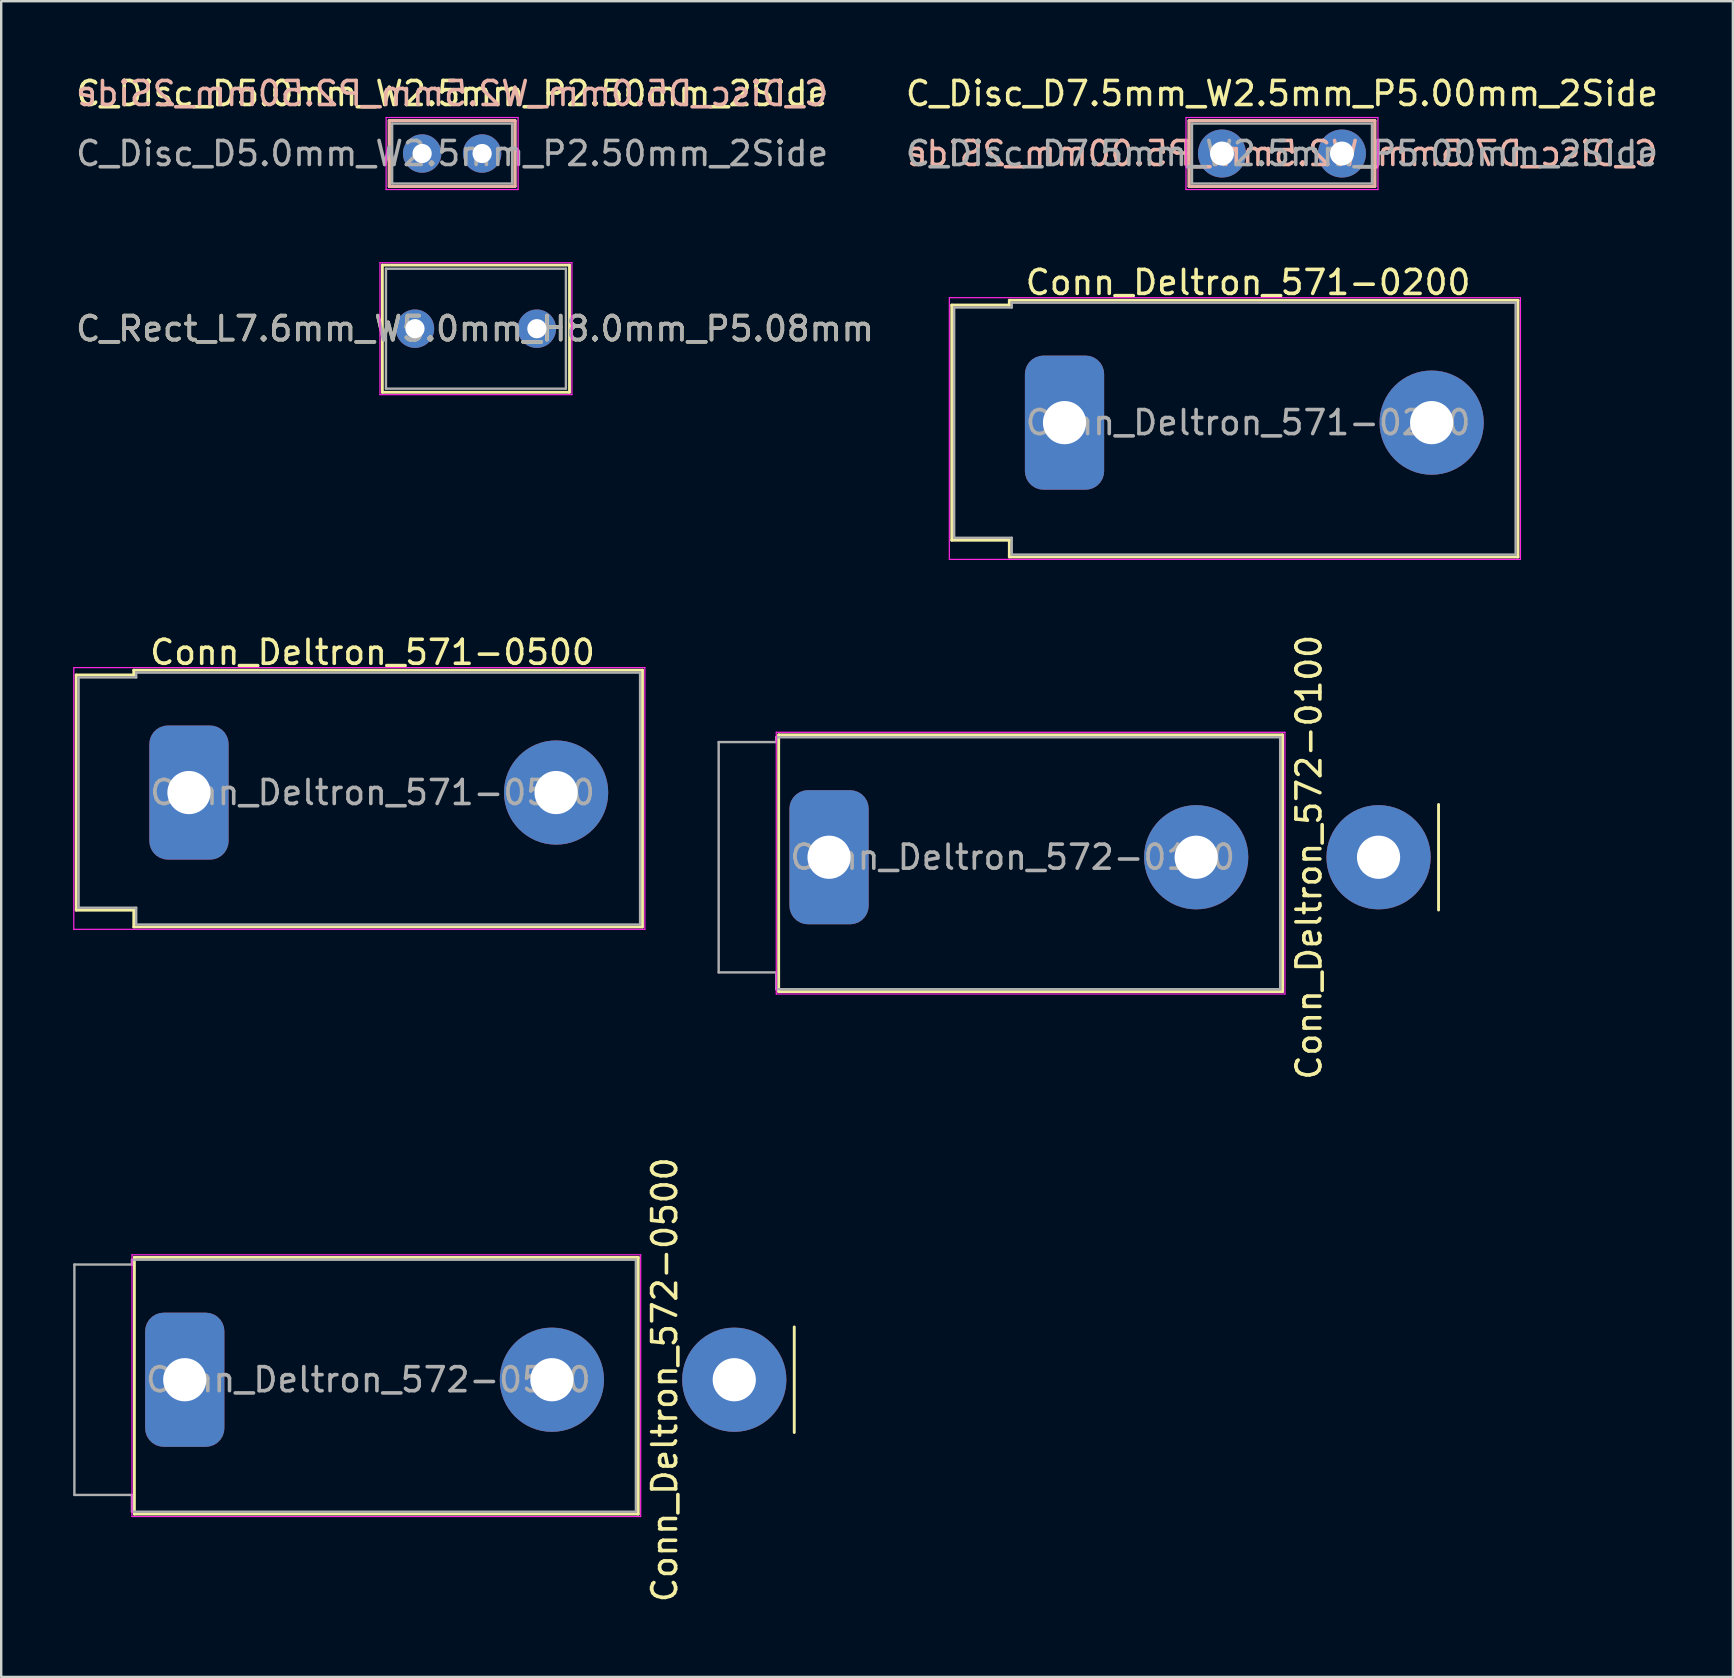
<source format=kicad_pcb>
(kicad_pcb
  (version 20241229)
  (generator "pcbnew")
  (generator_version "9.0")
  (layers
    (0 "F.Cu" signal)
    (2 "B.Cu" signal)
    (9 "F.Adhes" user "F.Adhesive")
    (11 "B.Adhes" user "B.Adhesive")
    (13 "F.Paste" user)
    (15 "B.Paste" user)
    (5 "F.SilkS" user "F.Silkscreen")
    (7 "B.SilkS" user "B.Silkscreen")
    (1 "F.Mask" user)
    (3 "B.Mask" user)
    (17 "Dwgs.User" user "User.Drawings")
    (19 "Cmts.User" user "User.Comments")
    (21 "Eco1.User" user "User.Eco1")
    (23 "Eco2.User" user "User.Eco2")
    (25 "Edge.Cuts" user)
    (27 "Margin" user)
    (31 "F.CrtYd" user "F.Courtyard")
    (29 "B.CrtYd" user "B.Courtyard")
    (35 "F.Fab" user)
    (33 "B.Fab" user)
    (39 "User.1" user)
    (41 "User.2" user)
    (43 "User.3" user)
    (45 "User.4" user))
  (footprint "C_Rect_L7.6mm_W5.0mm_H8.0mm_P5.08mm"
    (layer "F.Cu")
    (at 14.244 10.648)
    (property "Reference" "C_Rect_L7.6mm_W5.0mm_H8.0mm_P5.08mm" (at 2.5 0 0) (layer "F.SilkS") (effects (font (size 1 1) (thickness 0.15))))
    (attr through_hole)
    (fp_line (start -1.36 -2.65) (end -1.36 2.65) (stroke (width 0.12) (type solid)) (layer "F.SilkS"))
    (fp_line (start -1.36 -2.65) (end 6.44 -2.65) (stroke (width 0.12) (type solid)) (layer "F.SilkS"))
    (fp_line (start -1.36 2.65) (end 6.44 2.65) (stroke (width 0.12) (type solid)) (layer "F.SilkS"))
    (fp_line (start 6.44 -2.65) (end 6.44 2.65) (stroke (width 0.12) (type solid)) (layer "F.SilkS"))
    (fp_line (start -1.46 -2.75) (end -1.46 2.75) (stroke (width 0.05) (type solid)) (layer "F.CrtYd"))
    (fp_line (start -1.46 2.75) (end 6.54 2.75) (stroke (width 0.05) (type solid)) (layer "F.CrtYd"))
    (fp_line (start 6.54 -2.75) (end -1.46 -2.75) (stroke (width 0.05) (type solid)) (layer "F.CrtYd"))
    (fp_line (start 6.54 2.75) (end 6.54 -2.75) (stroke (width 0.05) (type solid)) (layer "F.CrtYd"))
    (fp_line (start -1.21 -2.5) (end -1.21 2.5) (stroke (width 0.1) (type solid)) (layer "F.Fab"))
    (fp_line (start -1.21 2.5) (end 6.29 2.5) (stroke (width 0.1) (type solid)) (layer "F.Fab"))
    (fp_line (start 6.29 -2.5) (end -1.21 -2.5) (stroke (width 0.1) (type solid)) (layer "F.Fab"))
    (fp_line (start 6.29 2.5) (end 6.29 -2.5) (stroke (width 0.1) (type solid)) (layer "F.Fab"))
    (fp_text user "${REFERENCE}" (at 2.5 0 0) (layer "F.Fab") (effects (font (size 1 1) (thickness 0.15))))
    (pad "1" thru_hole circle (at 0 0) (size 1.6 1.6) (drill 0.8) (layers "*.Cu" "*.Mask"))
    (pad "2" thru_hole circle (at 5.08 0) (size 1.6 1.6) (drill 0.8) (layers "*.Cu" "*.Mask")))
  (footprint "Conn_Deltron_572-0500"
    (layer "F.Cu")
    (at 4.65 54.449)
    (property "Reference" "Conn_Deltron_572-0500" (at 20 0 270) (layer "F.SilkS") (effects (font (size 1 1) (thickness 0.15))))
    (attr through_hole)
    (fp_line (start -2.1 5.6) (end -2.1 -5.1) (stroke (width 0.12) (type solid)) (layer "F.SilkS"))
    (fp_line (start 18.9 -5.1) (end -2.1 -5.1) (stroke (width 0.12) (type solid)) (layer "F.SilkS"))
    (fp_line (start 18.9 -5.1) (end 18.9 5.6) (stroke (width 0.12) (type solid)) (layer "F.SilkS"))
    (fp_line (start 18.9 5.6) (end -2.1 5.6) (stroke (width 0.12) (type solid)) (layer "F.SilkS"))
    (fp_line (start 25.4 -2.2) (end 25.4 2.2) (stroke (width 0.12) (type solid)) (layer "F.SilkS"))
    (fp_line (start -2.2 -5.207) (end 19 -5.207) (stroke (width 0.05) (type solid)) (layer "F.CrtYd"))
    (fp_line (start -2.2 5.7) (end -2.2 -5.207) (stroke (width 0.05) (type solid)) (layer "F.CrtYd"))
    (fp_line (start 19 -5.207) (end 19 5.7) (stroke (width 0.05) (type solid)) (layer "F.CrtYd"))
    (fp_line (start 19 5.7) (end -2.2 5.7) (stroke (width 0.05) (type solid)) (layer "F.CrtYd"))
    (fp_line (start -4.6 4.8) (end -4.6 -4.8) (stroke (width 0.1) (type solid)) (layer "F.Fab"))
    (fp_line (start -2.2 -5) (end 18.8 -5) (stroke (width 0.1) (type solid)) (layer "F.Fab"))
    (fp_line (start -2.2 -4.8) (end -4.6 -4.8) (stroke (width 0.1) (type solid)) (layer "F.Fab"))
    (fp_line (start -2.2 -4.8) (end -2.2 -5) (stroke (width 0.1) (type solid)) (layer "F.Fab"))
    (fp_line (start -2.2 4.8) (end -4.6 4.8) (stroke (width 0.1) (type solid)) (layer "F.Fab"))
    (fp_line (start -2.2 5.5) (end -2.2 4.8) (stroke (width 0.1) (type solid)) (layer "F.Fab"))
    (fp_line (start 18.8 -5) (end 18.8 5.5) (stroke (width 0.1) (type solid)) (layer "F.Fab"))
    (fp_line (start 18.8 5.5) (end -2.2 5.5) (stroke (width 0.1) (type solid)) (layer "F.Fab"))
    (fp_text user "${REFERENCE}" (at 7.65 0 0) (layer "F.Fab") (effects (font (size 1 1) (thickness 0.15))))
    (pad "1" thru_hole roundrect (at 0 0) (size 3.302 5.588) (drill 1.8) (layers "*.Cu" "*.Mask") (roundrect_rratio 0.234))
    (pad "2" thru_hole circle (at 15.3 0) (size 4.343 4.343) (drill 1.8) (layers "*.Cu" "*.Mask"))
    (pad "3" thru_hole circle (at 22.9 0) (size 4.343 4.343) (drill 1.8) (layers "*.Cu" "*.Mask")))
  (footprint "C_Disc_D5.0mm_W2.5mm_P2.50mm_2Side"
    (layer "F.Cu")
    (at 14.542 3.348)
    (property "Reference" "C_Disc_D5.0mm_W2.5mm_P2.50mm_2Side" (at 1.25 -2.5 0) (layer "F.SilkS") (effects (font (size 1 1) (thickness 0.15))))
    (attr through_hole)
    (fp_line (start -1.37 -1.37) (end -1.37 1.37) (stroke (width 0.12) (type solid)) (layer "F.SilkS"))
    (fp_line (start -1.37 -1.37) (end 3.87 -1.37) (stroke (width 0.12) (type solid)) (layer "F.SilkS"))
    (fp_line (start -1.37 1.37) (end 3.87 1.37) (stroke (width 0.12) (type solid)) (layer "F.SilkS"))
    (fp_line (start 3.87 -1.37) (end 3.87 1.37) (stroke (width 0.12) (type solid)) (layer "F.SilkS"))
    (fp_line (start -1.37 -1.37) (end -1.37 1.37) (stroke (width 0.12) (type solid)) (layer "B.SilkS"))
    (fp_line (start -1.37 -1.37) (end 3.87 -1.37) (stroke (width 0.12) (type solid)) (layer "B.SilkS"))
    (fp_line (start -1.37 1.37) (end 3.87 1.37) (stroke (width 0.12) (type solid)) (layer "B.SilkS"))
    (fp_line (start 3.87 -1.37) (end 3.87 1.37) (stroke (width 0.12) (type solid)) (layer "B.SilkS"))
    (fp_line (start -1.5 -1.5) (end -1.5 1.5) (stroke (width 0.05) (type solid)) (layer "F.CrtYd"))
    (fp_line (start -1.5 1.5) (end 4 1.5) (stroke (width 0.05) (type solid)) (layer "F.CrtYd"))
    (fp_line (start 4 -1.5) (end -1.5 -1.5) (stroke (width 0.05) (type solid)) (layer "F.CrtYd"))
    (fp_line (start 4 1.5) (end 4 -1.5) (stroke (width 0.05) (type solid)) (layer "F.CrtYd"))
    (fp_line (start -1.25 -1.25) (end -1.25 1.25) (stroke (width 0.1) (type solid)) (layer "F.Fab"))
    (fp_line (start -1.25 1.25) (end 3.75 1.25) (stroke (width 0.1) (type solid)) (layer "F.Fab"))
    (fp_line (start 3.75 -1.25) (end -1.25 -1.25) (stroke (width 0.1) (type solid)) (layer "F.Fab"))
    (fp_line (start 3.75 1.25) (end 3.75 -1.25) (stroke (width 0.1) (type solid)) (layer "F.Fab"))
    (fp_text user "${REFERENCE}" (at 1.25 -2.5 0) (layer "B.SilkS") (effects (font (size 1 1) (thickness 0.15)) (justify mirror)))
    (fp_text user "${REFERENCE}" (at 1.25 0 0) (layer "F.Fab") (effects (font (size 1 1) (thickness 0.15))))
    (pad "1" thru_hole circle (at 0 0) (size 1.6 1.6) (drill 0.8) (layers "*.Cu" "*.Mask"))
    (pad "2" thru_hole circle (at 2.5 0) (size 1.6 1.6) (drill 0.8) (layers "*.Cu" "*.Mask")))
  (footprint "Conn_Deltron_571-0500"
    (layer "F.Cu")
    (at 4.825 29.979)
    (property "Reference" "Conn_Deltron_571-0500" (at 7.65 -5.842 0) (layer "F.SilkS") (effects (font (size 1 1) (thickness 0.15))))
    (attr through_hole)
    (fp_line (start -4.7 -4.9) (end -4.7 4.9) (stroke (width 0.12) (type solid)) (layer "F.SilkS"))
    (fp_line (start -4.7 -4.9) (end -2.3 -4.9) (stroke (width 0.12) (type solid)) (layer "F.SilkS"))
    (fp_line (start -4.7 4.9) (end -2.3 4.9) (stroke (width 0.12) (type solid)) (layer "F.SilkS"))
    (fp_line (start -2.3 -5.1) (end -2.3 -4.9) (stroke (width 0.12) (type solid)) (layer "F.SilkS"))
    (fp_line (start -2.3 5.6) (end -2.3 4.9) (stroke (width 0.12) (type solid)) (layer "F.SilkS"))
    (fp_line (start 18.9 -5.1) (end -2.3 -5.1) (stroke (width 0.12) (type solid)) (layer "F.SilkS"))
    (fp_line (start 18.9 -5.1) (end 18.9 5.6) (stroke (width 0.12) (type solid)) (layer "F.SilkS"))
    (fp_line (start 18.9 5.6) (end -2.3 5.6) (stroke (width 0.12) (type solid)) (layer "F.SilkS"))
    (fp_line (start -4.8 -5.207) (end 19 -5.207) (stroke (width 0.05) (type solid)) (layer "F.CrtYd"))
    (fp_line (start -4.8 5.7) (end -4.8 -5.207) (stroke (width 0.05) (type solid)) (layer "F.CrtYd"))
    (fp_line (start 19 -5.207) (end 19 5.7) (stroke (width 0.05) (type solid)) (layer "F.CrtYd"))
    (fp_line (start 19 5.7) (end -4.8 5.7) (stroke (width 0.05) (type solid)) (layer "F.CrtYd"))
    (fp_line (start -4.6 4.8) (end -4.6 -4.8) (stroke (width 0.1) (type solid)) (layer "F.Fab"))
    (fp_line (start -2.2 -5) (end 18.8 -5) (stroke (width 0.1) (type solid)) (layer "F.Fab"))
    (fp_line (start -2.2 -4.8) (end -4.6 -4.8) (stroke (width 0.1) (type solid)) (layer "F.Fab"))
    (fp_line (start -2.2 -4.8) (end -2.2 -5) (stroke (width 0.1) (type solid)) (layer "F.Fab"))
    (fp_line (start -2.2 4.8) (end -4.6 4.8) (stroke (width 0.1) (type solid)) (layer "F.Fab"))
    (fp_line (start -2.2 5.5) (end -2.2 4.8) (stroke (width 0.1) (type solid)) (layer "F.Fab"))
    (fp_line (start 18.8 -5) (end 18.8 5.5) (stroke (width 0.1) (type solid)) (layer "F.Fab"))
    (fp_line (start 18.8 5.5) (end -2.2 5.5) (stroke (width 0.1) (type solid)) (layer "F.Fab"))
    (fp_text user "${REFERENCE}" (at 7.65 0 0) (layer "F.Fab") (effects (font (size 1 1) (thickness 0.15))))
    (pad "1" thru_hole roundrect (at 0 0) (size 3.302 5.588) (drill 1.8) (layers "*.Cu" "*.Mask") (roundrect_rratio 0.234))
    (pad "2" thru_hole circle (at 15.3 0) (size 4.343 4.343) (drill 1.8) (layers "*.Cu" "*.Mask")))
  (footprint "Conn_Deltron_572-0100"
    (layer "F.Cu")
    (at 31.5 32.675)
    (property "Reference" "Conn_Deltron_572-0100" (at 20 0 270) (layer "F.SilkS") (effects (font (size 1 1) (thickness 0.15))))
    (attr through_hole)
    (fp_line (start -2.1 5.6) (end -2.1 -5.1) (stroke (width 0.12) (type solid)) (layer "F.SilkS"))
    (fp_line (start 18.9 -5.1) (end -2.1 -5.1) (stroke (width 0.12) (type solid)) (layer "F.SilkS"))
    (fp_line (start 18.9 -5.1) (end 18.9 5.6) (stroke (width 0.12) (type solid)) (layer "F.SilkS"))
    (fp_line (start 18.9 5.6) (end -2.1 5.6) (stroke (width 0.12) (type solid)) (layer "F.SilkS"))
    (fp_line (start 25.4 -2.2) (end 25.4 2.2) (stroke (width 0.12) (type solid)) (layer "F.SilkS"))
    (fp_line (start -2.2 -5.207) (end 19 -5.207) (stroke (width 0.05) (type solid)) (layer "F.CrtYd"))
    (fp_line (start -2.2 5.7) (end -2.2 -5.207) (stroke (width 0.05) (type solid)) (layer "F.CrtYd"))
    (fp_line (start 19 -5.207) (end 19 5.7) (stroke (width 0.05) (type solid)) (layer "F.CrtYd"))
    (fp_line (start 19 5.7) (end -2.2 5.7) (stroke (width 0.05) (type solid)) (layer "F.CrtYd"))
    (fp_line (start -4.6 4.8) (end -4.6 -4.8) (stroke (width 0.1) (type solid)) (layer "F.Fab"))
    (fp_line (start -2.2 -5) (end 18.8 -5) (stroke (width 0.1) (type solid)) (layer "F.Fab"))
    (fp_line (start -2.2 -4.8) (end -4.6 -4.8) (stroke (width 0.1) (type solid)) (layer "F.Fab"))
    (fp_line (start -2.2 -4.8) (end -2.2 -5) (stroke (width 0.1) (type solid)) (layer "F.Fab"))
    (fp_line (start -2.2 4.8) (end -4.6 4.8) (stroke (width 0.1) (type solid)) (layer "F.Fab"))
    (fp_line (start -2.2 5.5) (end -2.2 4.8) (stroke (width 0.1) (type solid)) (layer "F.Fab"))
    (fp_line (start 18.8 -5) (end 18.8 5.5) (stroke (width 0.1) (type solid)) (layer "F.Fab"))
    (fp_line (start 18.8 5.5) (end -2.2 5.5) (stroke (width 0.1) (type solid)) (layer "F.Fab"))
    (fp_text user "${REFERENCE}" (at 7.65 0 0) (layer "F.Fab") (effects (font (size 1 1) (thickness 0.15))))
    (pad "1" thru_hole roundrect (at 0 0) (size 3.302 5.588) (drill 1.8) (layers "*.Cu" "*.Mask") (roundrect_rratio 0.234))
    (pad "2" thru_hole circle (at 15.3 0) (size 4.343 4.343) (drill 1.8) (layers "*.Cu" "*.Mask"))
    (pad "3" thru_hole circle (at 22.9 0) (size 4.343 4.343) (drill 1.8) (layers "*.Cu" "*.Mask")))
  (footprint "Conn_Deltron_571-0200"
    (layer "F.Cu")
    (at 41.313 14.563)
    (property "Reference" "Conn_Deltron_571-0200" (at 7.65 -5.842 0) (layer "F.SilkS") (effects (font (size 1 1) (thickness 0.15))))
    (attr through_hole)
    (fp_line (start -4.7 -4.9) (end -4.7 4.9) (stroke (width 0.12) (type solid)) (layer "F.SilkS"))
    (fp_line (start -4.7 -4.9) (end -2.3 -4.9) (stroke (width 0.12) (type solid)) (layer "F.SilkS"))
    (fp_line (start -4.7 4.9) (end -2.3 4.9) (stroke (width 0.12) (type solid)) (layer "F.SilkS"))
    (fp_line (start -2.3 -5.1) (end -2.3 -4.9) (stroke (width 0.12) (type solid)) (layer "F.SilkS"))
    (fp_line (start -2.3 5.6) (end -2.3 4.9) (stroke (width 0.12) (type solid)) (layer "F.SilkS"))
    (fp_line (start 18.9 -5.1) (end -2.3 -5.1) (stroke (width 0.12) (type solid)) (layer "F.SilkS"))
    (fp_line (start 18.9 -5.1) (end 18.9 5.6) (stroke (width 0.12) (type solid)) (layer "F.SilkS"))
    (fp_line (start 18.9 5.6) (end -2.3 5.6) (stroke (width 0.12) (type solid)) (layer "F.SilkS"))
    (fp_line (start -4.8 -5.207) (end 19 -5.207) (stroke (width 0.05) (type solid)) (layer "F.CrtYd"))
    (fp_line (start -4.8 5.7) (end -4.8 -5.207) (stroke (width 0.05) (type solid)) (layer "F.CrtYd"))
    (fp_line (start 19 -5.207) (end 19 5.7) (stroke (width 0.05) (type solid)) (layer "F.CrtYd"))
    (fp_line (start 19 5.7) (end -4.8 5.7) (stroke (width 0.05) (type solid)) (layer "F.CrtYd"))
    (fp_line (start -4.6 4.8) (end -4.6 -4.8) (stroke (width 0.1) (type solid)) (layer "F.Fab"))
    (fp_line (start -2.2 -5) (end 18.8 -5) (stroke (width 0.1) (type solid)) (layer "F.Fab"))
    (fp_line (start -2.2 -4.8) (end -4.6 -4.8) (stroke (width 0.1) (type solid)) (layer "F.Fab"))
    (fp_line (start -2.2 -4.8) (end -2.2 -5) (stroke (width 0.1) (type solid)) (layer "F.Fab"))
    (fp_line (start -2.2 4.8) (end -4.6 4.8) (stroke (width 0.1) (type solid)) (layer "F.Fab"))
    (fp_line (start -2.2 5.5) (end -2.2 4.8) (stroke (width 0.1) (type solid)) (layer "F.Fab"))
    (fp_line (start 18.8 -5) (end 18.8 5.5) (stroke (width 0.1) (type solid)) (layer "F.Fab"))
    (fp_line (start 18.8 5.5) (end -2.2 5.5) (stroke (width 0.1) (type solid)) (layer "F.Fab"))
    (fp_text user "${REFERENCE}" (at 7.65 0 0) (layer "F.Fab") (effects (font (size 1 1) (thickness 0.15))))
    (pad "1" thru_hole roundrect (at 0 0) (size 3.302 5.588) (drill 1.8) (layers "*.Cu" "*.Mask") (roundrect_rratio 0.234))
    (pad "2" thru_hole circle (at 15.3 0) (size 4.343 4.343) (drill 1.8) (layers "*.Cu" "*.Mask")))
  (footprint "C_Disc_D7.5mm_W2.5mm_P5.00mm_2Side"
    (layer "F.Cu")
    (at 47.875 3.348)
    (property "Reference" "C_Disc_D7.5mm_W2.5mm_P5.00mm_2Side" (at 2.5 -2.5 0) (layer "F.SilkS") (effects (font (size 1 1) (thickness 0.15))))
    (attr through_hole)
    (fp_line (start -1.37 -1.37) (end -1.37 1.37) (stroke (width 0.12) (type solid)) (layer "F.SilkS"))
    (fp_line (start -1.37 -1.37) (end 6.37 -1.37) (stroke (width 0.12) (type solid)) (layer "F.SilkS"))
    (fp_line (start -1.37 1.37) (end 6.37 1.37) (stroke (width 0.12) (type solid)) (layer "F.SilkS"))
    (fp_line (start 6.37 -1.37) (end 6.37 1.37) (stroke (width 0.12) (type solid)) (layer "F.SilkS"))
    (fp_line (start -1.37 -1.37) (end -1.37 1.37) (stroke (width 0.12) (type solid)) (layer "B.SilkS"))
    (fp_line (start -1.37 -1.37) (end 6.37 -1.37) (stroke (width 0.12) (type solid)) (layer "B.SilkS"))
    (fp_line (start -1.37 1.37) (end 6.37 1.37) (stroke (width 0.12) (type solid)) (layer "B.SilkS"))
    (fp_line (start 6.37 -1.37) (end 6.37 1.37) (stroke (width 0.12) (type solid)) (layer "B.SilkS"))
    (fp_line (start -1.5 -1.5) (end -1.5 1.5) (stroke (width 0.05) (type solid)) (layer "F.CrtYd"))
    (fp_line (start -1.5 1.5) (end 6.5 1.5) (stroke (width 0.05) (type solid)) (layer "F.CrtYd"))
    (fp_line (start 6.5 -1.5) (end -1.5 -1.5) (stroke (width 0.05) (type solid)) (layer "F.CrtYd"))
    (fp_line (start 6.5 1.5) (end 6.5 -1.5) (stroke (width 0.05) (type solid)) (layer "F.CrtYd"))
    (fp_line (start -1.25 -1.25) (end -1.25 1.25) (stroke (width 0.1) (type solid)) (layer "F.Fab"))
    (fp_line (start -1.25 1.25) (end 6.25 1.25) (stroke (width 0.1) (type solid)) (layer "F.Fab"))
    (fp_line (start 6.25 -1.25) (end -1.25 -1.25) (stroke (width 0.1) (type solid)) (layer "F.Fab"))
    (fp_line (start 6.25 1.25) (end 6.25 -1.25) (stroke (width 0.1) (type solid)) (layer "F.Fab"))
    (fp_text user "${REFERENCE}" (at 2.5 0 0) (layer "B.SilkS") (effects (font (size 1 1) (thickness 0.15)) (justify mirror)))
    (fp_text user "${REFERENCE}" (at 2.5 0 0) (layer "F.Fab") (effects (font (size 1 1) (thickness 0.15))))
    (pad "1" thru_hole circle (at 0 0) (size 2 2) (drill 1) (layers "*.Cu" "*.Mask"))
    (pad "2" thru_hole circle (at 5 0) (size 2 2) (drill 1) (layers "*.Cu" "*.Mask")))
  (gr_rect
    (start -3 -3)
    (end 69.167 66.836)
    (stroke (width 0.1) (type default))
    (fill no)
    (layer "Edge.Cuts")))
</source>
